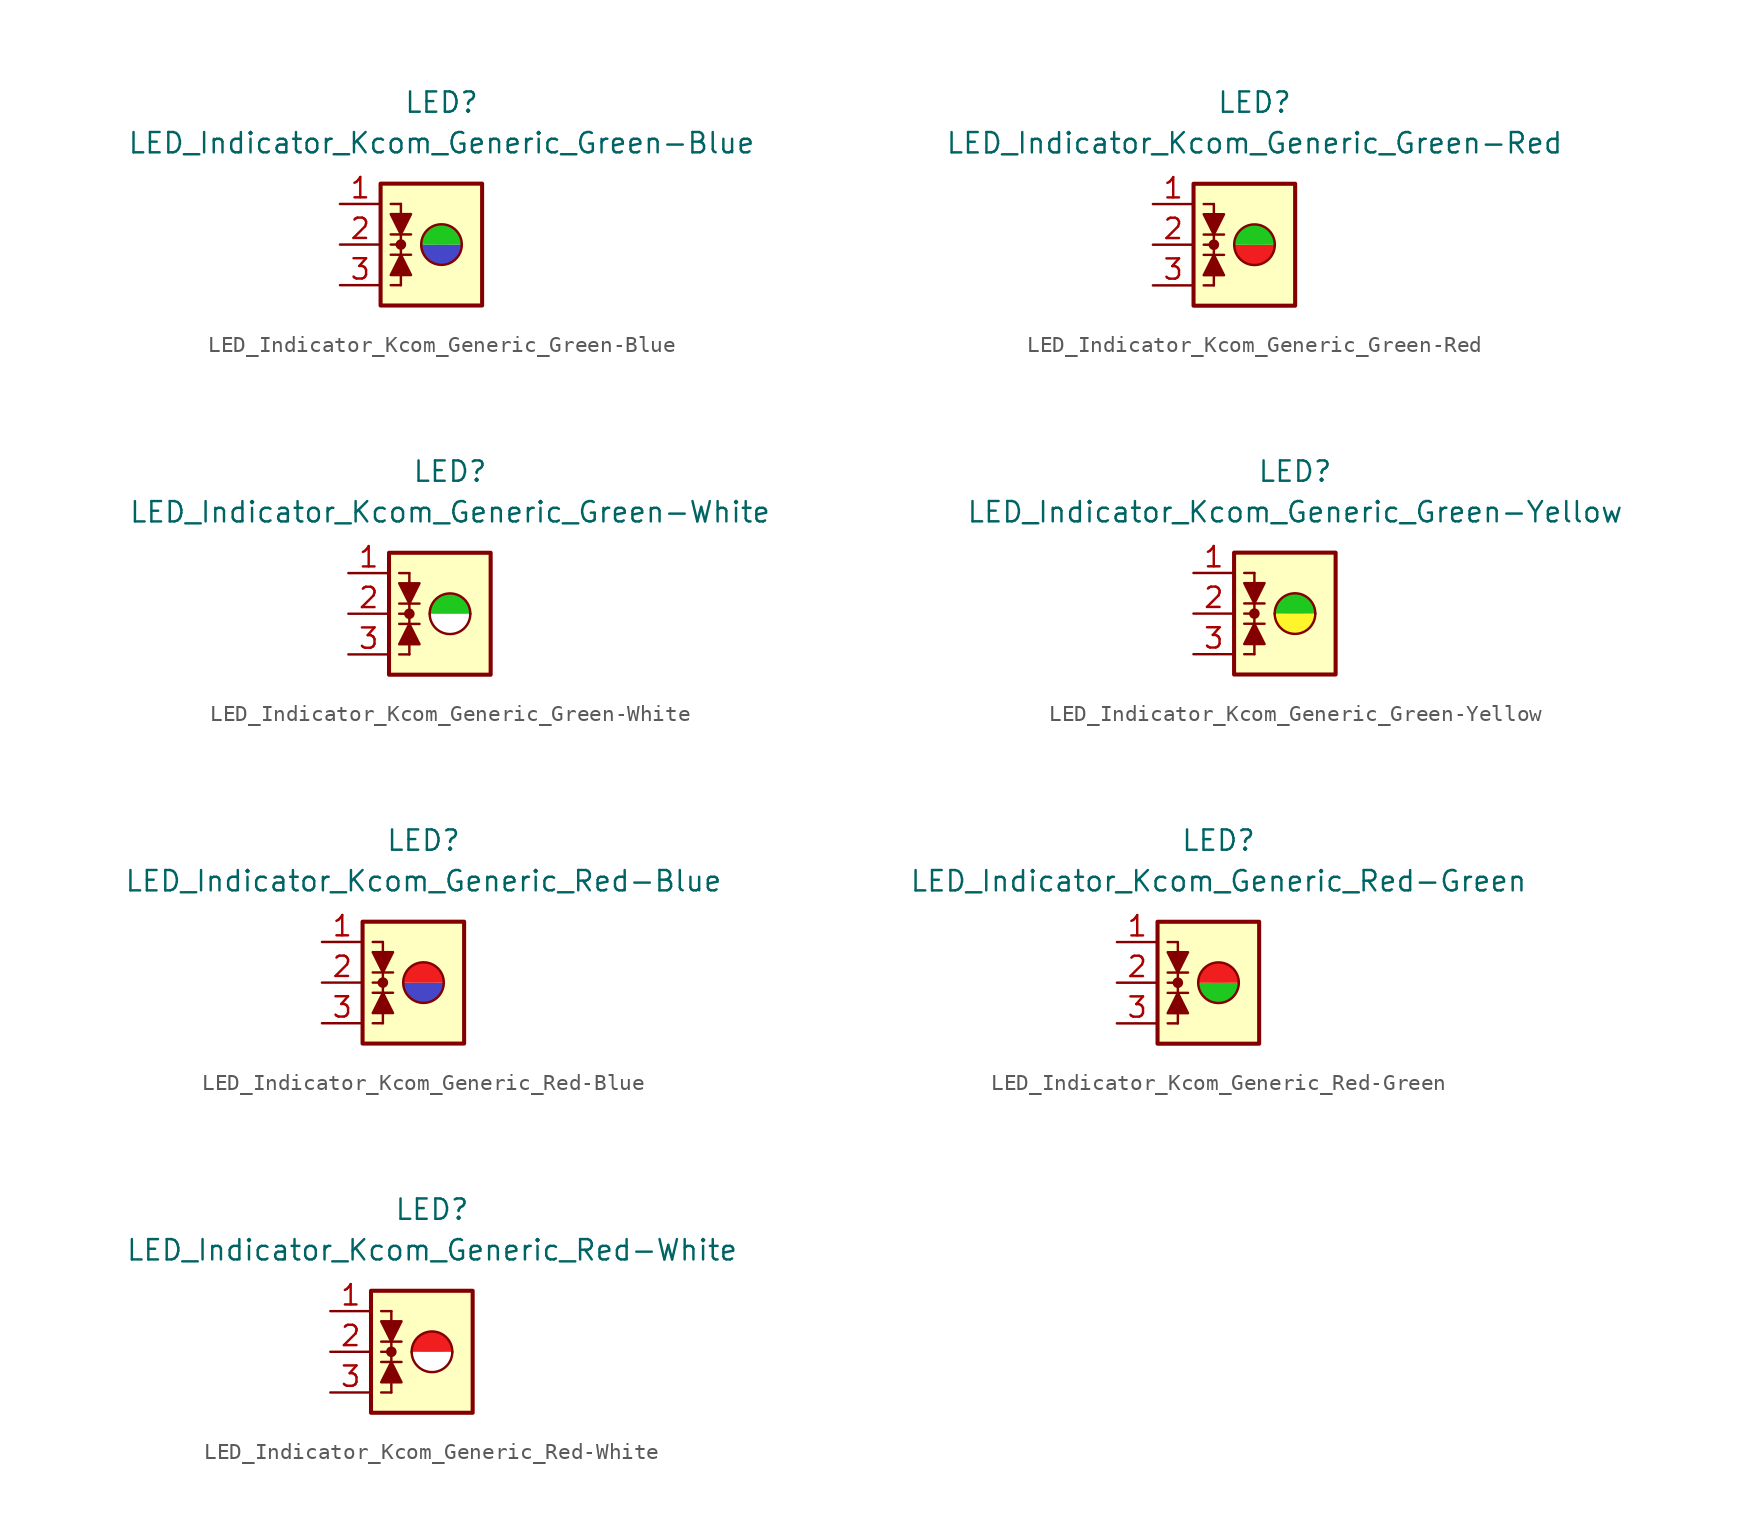
<source format=kicad_sym>
(kicad_symbol_lib
  (version 20231120)
  (generator "kicad_symbol_editor")
  (generator_version "8.0")
  (symbol "LED_Indicator_Kcom_Generic_Green-Blue"
    (pin_names
      (offset 1.016) hide)
    (property "Reference" "LED"
      (at 0 8.89 0)
      (effects (font (size 1.27 1.27))))
    (property "Value" "LED_Indicator_Kcom_Generic_Green-Blue"
      (at 0 6.35 0)
      (effects (font (size 1.27 1.27))))
    (symbol "LED_Indicator_Kcom_Generic_Green-Blue_0_1"
      (rectangle (start -3.81 3.81) (end 2.54 -3.81) (stroke (width 0.254) (type default)) (fill (type background)))
      (circle (center -2.54 0) (radius 0.254) (stroke (width 0) (type default)) (fill (type outline)))
      (arc (start -1.27 0) (mid 0 -1.2645) (end 1.27 0) (stroke (width 0) (type default)) (fill (type color) (color 70 70 200 1)))
      (polyline (pts (xy -3.175 0.635) (xy -1.905 0.635)) (stroke (width 0) (type default)) (fill (type none)))
      (polyline (pts (xy -2.54 -2.54) (xy -3.175 -2.54)) (stroke (width 0) (type default)) (fill (type none)))
      (polyline (pts (xy -2.54 -2.54) (xy -2.54 0)) (stroke (width 0) (type default)) (fill (type none)))
      (polyline (pts (xy -2.54 0) (xy -3.175 0)) (stroke (width 0) (type default)) (fill (type none)))
      (polyline (pts (xy -2.54 2.54) (xy -3.175 2.54)) (stroke (width 0) (type default)) (fill (type none)))
      (polyline (pts (xy -2.54 2.54) (xy -2.54 0)) (stroke (width 0) (type default)) (fill (type none)))
      (polyline (pts (xy -1.905 -0.635) (xy -3.175 -0.635)) (stroke (width 0) (type default)) (fill (type none)))
      (polyline (pts (xy -2.54 -0.635) (xy -1.905 -1.905) (xy -3.175 -1.905) (xy -2.54 -0.635)) (stroke (width 0) (type default)) (fill (type outline)))
      (polyline (pts (xy -2.54 0.635) (xy -3.175 1.905) (xy -1.905 1.905) (xy -2.54 0.635)) (stroke (width 0) (type default)) (fill (type outline)))
      (arc (start 1.27 0) (mid 0 1.2645) (end -1.27 0) (stroke (width 0) (type default)) (fill (type color) (color 30 200 30 1))))
    (symbol "LED_Indicator_Kcom_Generic_Green-Blue_1_1"
      (pin passive line (at -6.35 2.54 0) (length 2.54) (name "K1" (effects (font (size 1.27 1.27)))) (number "1" (effects (font (size 1.27 1.27)))))
      (pin passive line (at -6.35 0 0) (length 2.54) (name "A12" (effects (font (size 1.27 1.27)))) (number "2" (effects (font (size 1.27 1.27)))))
      (pin passive line (at -6.35 -2.54 0) (length 2.54) (name "K2" (effects (font (size 1.27 1.27)))) (number "3" (effects (font (size 1.27 1.27)))))))
  (symbol "LED_Indicator_Kcom_Generic_Green-Red"
    (pin_names
      (offset 1.016) hide)
    (property "Reference" "LED"
      (at 0 8.89 0)
      (effects (font (size 1.27 1.27))))
    (property "Value" "LED_Indicator_Kcom_Generic_Green-Red"
      (at 0 6.35 0)
      (effects (font (size 1.27 1.27))))
    (symbol "LED_Indicator_Kcom_Generic_Green-Red_0_1"
      (rectangle (start -3.81 3.81) (end 2.54 -3.81) (stroke (width 0.254) (type default)) (fill (type background)))
      (circle (center -2.54 0) (radius 0.254) (stroke (width 0) (type default)) (fill (type outline)))
      (arc (start -1.27 0) (mid 0 -1.2645) (end 1.27 0) (stroke (width 0) (type default)) (fill (type color) (color 240 30 30 1)))
      (polyline (pts (xy -3.175 0.635) (xy -1.905 0.635)) (stroke (width 0) (type default)) (fill (type none)))
      (polyline (pts (xy -2.54 -2.54) (xy -3.175 -2.54)) (stroke (width 0) (type default)) (fill (type none)))
      (polyline (pts (xy -2.54 -2.54) (xy -2.54 0)) (stroke (width 0) (type default)) (fill (type none)))
      (polyline (pts (xy -2.54 0) (xy -3.175 0)) (stroke (width 0) (type default)) (fill (type none)))
      (polyline (pts (xy -2.54 2.54) (xy -3.175 2.54)) (stroke (width 0) (type default)) (fill (type none)))
      (polyline (pts (xy -2.54 2.54) (xy -2.54 0)) (stroke (width 0) (type default)) (fill (type none)))
      (polyline (pts (xy -1.905 -0.635) (xy -3.175 -0.635)) (stroke (width 0) (type default)) (fill (type none)))
      (polyline (pts (xy -2.54 -0.635) (xy -1.905 -1.905) (xy -3.175 -1.905) (xy -2.54 -0.635)) (stroke (width 0) (type default)) (fill (type outline)))
      (polyline (pts (xy -2.54 0.635) (xy -3.175 1.905) (xy -1.905 1.905) (xy -2.54 0.635)) (stroke (width 0) (type default)) (fill (type outline)))
      (arc (start 1.27 0) (mid 0 1.2645) (end -1.27 0) (stroke (width 0) (type default)) (fill (type color) (color 30 200 30 1))))
    (symbol "LED_Indicator_Kcom_Generic_Green-Red_1_1"
      (pin passive line (at -6.35 2.54 0) (length 2.54) (name "K1" (effects (font (size 1.27 1.27)))) (number "1" (effects (font (size 1.27 1.27)))))
      (pin passive line (at -6.35 0 0) (length 2.54) (name "A12" (effects (font (size 1.27 1.27)))) (number "2" (effects (font (size 1.27 1.27)))))
      (pin passive line (at -6.35 -2.54 0) (length 2.54) (name "K2" (effects (font (size 1.27 1.27)))) (number "3" (effects (font (size 1.27 1.27)))))))
  (symbol "LED_Indicator_Kcom_Generic_Green-White"
    (pin_names
      (offset 1.016) hide)
    (property "Reference" "LED"
      (at 0 8.89 0)
      (effects (font (size 1.27 1.27))))
    (property "Value" "LED_Indicator_Kcom_Generic_Green-White"
      (at 0 6.35 0)
      (effects (font (size 1.27 1.27))))
    (symbol "LED_Indicator_Kcom_Generic_Green-White_0_1"
      (rectangle (start -3.81 3.81) (end 2.54 -3.81) (stroke (width 0.254) (type default)) (fill (type background)))
      (circle (center -2.54 0) (radius 0.254) (stroke (width 0) (type default)) (fill (type outline)))
      (arc (start -1.27 0) (mid 0 -1.2645) (end 1.27 0) (stroke (width 0) (type default)) (fill (type color) (color 255 255 255 1)))
      (polyline (pts (xy -3.175 0.635) (xy -1.905 0.635)) (stroke (width 0) (type default)) (fill (type none)))
      (polyline (pts (xy -2.54 -2.54) (xy -3.175 -2.54)) (stroke (width 0) (type default)) (fill (type none)))
      (polyline (pts (xy -2.54 -2.54) (xy -2.54 0)) (stroke (width 0) (type default)) (fill (type none)))
      (polyline (pts (xy -2.54 0) (xy -3.175 0)) (stroke (width 0) (type default)) (fill (type none)))
      (polyline (pts (xy -2.54 2.54) (xy -3.175 2.54)) (stroke (width 0) (type default)) (fill (type none)))
      (polyline (pts (xy -2.54 2.54) (xy -2.54 0)) (stroke (width 0) (type default)) (fill (type none)))
      (polyline (pts (xy -1.905 -0.635) (xy -3.175 -0.635)) (stroke (width 0) (type default)) (fill (type none)))
      (polyline (pts (xy -2.54 -0.635) (xy -1.905 -1.905) (xy -3.175 -1.905) (xy -2.54 -0.635)) (stroke (width 0) (type default)) (fill (type outline)))
      (polyline (pts (xy -2.54 0.635) (xy -3.175 1.905) (xy -1.905 1.905) (xy -2.54 0.635)) (stroke (width 0) (type default)) (fill (type outline)))
      (arc (start 1.27 0) (mid 0 1.2645) (end -1.27 0) (stroke (width 0) (type default)) (fill (type color) (color 30 200 30 1))))
    (symbol "LED_Indicator_Kcom_Generic_Green-White_1_1"
      (pin passive line (at -6.35 2.54 0) (length 2.54) (name "K1" (effects (font (size 1.27 1.27)))) (number "1" (effects (font (size 1.27 1.27)))))
      (pin passive line (at -6.35 0 0) (length 2.54) (name "A12" (effects (font (size 1.27 1.27)))) (number "2" (effects (font (size 1.27 1.27)))))
      (pin passive line (at -6.35 -2.54 0) (length 2.54) (name "K2" (effects (font (size 1.27 1.27)))) (number "3" (effects (font (size 1.27 1.27)))))))
  (symbol "LED_Indicator_Kcom_Generic_Green-Yellow"
    (pin_names
      (offset 1.016) hide)
    (property "Reference" "LED"
      (at 0 8.89 0)
      (effects (font (size 1.27 1.27))))
    (property "Value" "LED_Indicator_Kcom_Generic_Green-Yellow"
      (at 0 6.35 0)
      (effects (font (size 1.27 1.27))))
    (symbol "LED_Indicator_Kcom_Generic_Green-Yellow_0_1"
      (rectangle (start -3.81 3.81) (end 2.54 -3.81) (stroke (width 0.254) (type default)) (fill (type background)))
      (circle (center -2.54 0) (radius 0.254) (stroke (width 0) (type default)) (fill (type outline)))
      (arc (start -1.27 0) (mid 0 -1.2645) (end 1.27 0) (stroke (width 0) (type default)) (fill (type color) (color 255 245 45 1)))
      (polyline (pts (xy -3.175 0.635) (xy -1.905 0.635)) (stroke (width 0) (type default)) (fill (type none)))
      (polyline (pts (xy -2.54 -2.54) (xy -3.175 -2.54)) (stroke (width 0) (type default)) (fill (type none)))
      (polyline (pts (xy -2.54 -2.54) (xy -2.54 0)) (stroke (width 0) (type default)) (fill (type none)))
      (polyline (pts (xy -2.54 0) (xy -3.175 0)) (stroke (width 0) (type default)) (fill (type none)))
      (polyline (pts (xy -2.54 2.54) (xy -3.175 2.54)) (stroke (width 0) (type default)) (fill (type none)))
      (polyline (pts (xy -2.54 2.54) (xy -2.54 0)) (stroke (width 0) (type default)) (fill (type none)))
      (polyline (pts (xy -1.905 -0.635) (xy -3.175 -0.635)) (stroke (width 0) (type default)) (fill (type none)))
      (polyline (pts (xy -2.54 -0.635) (xy -1.905 -1.905) (xy -3.175 -1.905) (xy -2.54 -0.635)) (stroke (width 0) (type default)) (fill (type outline)))
      (polyline (pts (xy -2.54 0.635) (xy -3.175 1.905) (xy -1.905 1.905) (xy -2.54 0.635)) (stroke (width 0) (type default)) (fill (type outline)))
      (arc (start 1.27 0) (mid 0 1.2645) (end -1.27 0) (stroke (width 0) (type default)) (fill (type color) (color 30 200 30 1))))
    (symbol "LED_Indicator_Kcom_Generic_Green-Yellow_1_1"
      (pin passive line (at -6.35 2.54 0) (length 2.54) (name "K1" (effects (font (size 1.27 1.27)))) (number "1" (effects (font (size 1.27 1.27)))))
      (pin passive line (at -6.35 0 0) (length 2.54) (name "A12" (effects (font (size 1.27 1.27)))) (number "2" (effects (font (size 1.27 1.27)))))
      (pin passive line (at -6.35 -2.54 0) (length 2.54) (name "K2" (effects (font (size 1.27 1.27)))) (number "3" (effects (font (size 1.27 1.27)))))))
  (symbol "LED_Indicator_Kcom_Generic_Red-Blue"
    (pin_names
      (offset 1.016) hide)
    (property "Reference" "LED"
      (at 0 8.89 0)
      (effects (font (size 1.27 1.27))))
    (property "Value" "LED_Indicator_Kcom_Generic_Red-Blue"
      (at 0 6.35 0)
      (effects (font (size 1.27 1.27))))
    (symbol "LED_Indicator_Kcom_Generic_Red-Blue_0_1"
      (rectangle (start -3.81 3.81) (end 2.54 -3.81) (stroke (width 0.254) (type default)) (fill (type background)))
      (circle (center -2.54 0) (radius 0.254) (stroke (width 0) (type default)) (fill (type outline)))
      (arc (start -1.27 0) (mid 0 -1.2645) (end 1.27 0) (stroke (width 0) (type default)) (fill (type color) (color 70 70 200 1)))
      (polyline (pts (xy -3.175 0.635) (xy -1.905 0.635)) (stroke (width 0) (type default)) (fill (type none)))
      (polyline (pts (xy -2.54 -2.54) (xy -3.175 -2.54)) (stroke (width 0) (type default)) (fill (type none)))
      (polyline (pts (xy -2.54 -2.54) (xy -2.54 0)) (stroke (width 0) (type default)) (fill (type none)))
      (polyline (pts (xy -2.54 0) (xy -3.175 0)) (stroke (width 0) (type default)) (fill (type none)))
      (polyline (pts (xy -2.54 2.54) (xy -3.175 2.54)) (stroke (width 0) (type default)) (fill (type none)))
      (polyline (pts (xy -2.54 2.54) (xy -2.54 0)) (stroke (width 0) (type default)) (fill (type none)))
      (polyline (pts (xy -1.905 -0.635) (xy -3.175 -0.635)) (stroke (width 0) (type default)) (fill (type none)))
      (polyline (pts (xy -2.54 -0.635) (xy -1.905 -1.905) (xy -3.175 -1.905) (xy -2.54 -0.635)) (stroke (width 0) (type default)) (fill (type outline)))
      (polyline (pts (xy -2.54 0.635) (xy -3.175 1.905) (xy -1.905 1.905) (xy -2.54 0.635)) (stroke (width 0) (type default)) (fill (type outline)))
      (arc (start 1.27 0) (mid 0 1.2645) (end -1.27 0) (stroke (width 0) (type default)) (fill (type color) (color 240 30 30 1))))
    (symbol "LED_Indicator_Kcom_Generic_Red-Blue_1_1"
      (pin passive line (at -6.35 2.54 0) (length 2.54) (name "K1" (effects (font (size 1.27 1.27)))) (number "1" (effects (font (size 1.27 1.27)))))
      (pin passive line (at -6.35 0 0) (length 2.54) (name "A12" (effects (font (size 1.27 1.27)))) (number "2" (effects (font (size 1.27 1.27)))))
      (pin passive line (at -6.35 -2.54 0) (length 2.54) (name "K2" (effects (font (size 1.27 1.27)))) (number "3" (effects (font (size 1.27 1.27)))))))
  (symbol "LED_Indicator_Kcom_Generic_Red-Green"
    (pin_names
      (offset 1.016) hide)
    (property "Reference" "LED"
      (at 0 8.89 0)
      (effects (font (size 1.27 1.27))))
    (property "Value" "LED_Indicator_Kcom_Generic_Red-Green"
      (at 0 6.35 0)
      (effects (font (size 1.27 1.27))))
    (symbol "LED_Indicator_Kcom_Generic_Red-Green_0_1"
      (rectangle (start -3.81 3.81) (end 2.54 -3.81) (stroke (width 0.254) (type default)) (fill (type background)))
      (circle (center -2.54 0) (radius 0.254) (stroke (width 0) (type default)) (fill (type outline)))
      (arc (start -1.27 0) (mid 0 -1.2645) (end 1.27 0) (stroke (width 0) (type default)) (fill (type color) (color 30 200 30 1)))
      (polyline (pts (xy -3.175 0.635) (xy -1.905 0.635)) (stroke (width 0) (type default)) (fill (type none)))
      (polyline (pts (xy -2.54 -2.54) (xy -3.175 -2.54)) (stroke (width 0) (type default)) (fill (type none)))
      (polyline (pts (xy -2.54 -2.54) (xy -2.54 0)) (stroke (width 0) (type default)) (fill (type none)))
      (polyline (pts (xy -2.54 0) (xy -3.175 0)) (stroke (width 0) (type default)) (fill (type none)))
      (polyline (pts (xy -2.54 2.54) (xy -3.175 2.54)) (stroke (width 0) (type default)) (fill (type none)))
      (polyline (pts (xy -2.54 2.54) (xy -2.54 0)) (stroke (width 0) (type default)) (fill (type none)))
      (polyline (pts (xy -1.905 -0.635) (xy -3.175 -0.635)) (stroke (width 0) (type default)) (fill (type none)))
      (polyline (pts (xy -2.54 -0.635) (xy -1.905 -1.905) (xy -3.175 -1.905) (xy -2.54 -0.635)) (stroke (width 0) (type default)) (fill (type outline)))
      (polyline (pts (xy -2.54 0.635) (xy -3.175 1.905) (xy -1.905 1.905) (xy -2.54 0.635)) (stroke (width 0) (type default)) (fill (type outline)))
      (arc (start 1.27 0) (mid 0 1.2645) (end -1.27 0) (stroke (width 0) (type default)) (fill (type color) (color 240 30 30 1))))
    (symbol "LED_Indicator_Kcom_Generic_Red-Green_1_1"
      (pin passive line (at -6.35 2.54 0) (length 2.54) (name "K1" (effects (font (size 1.27 1.27)))) (number "1" (effects (font (size 1.27 1.27)))))
      (pin passive line (at -6.35 0 0) (length 2.54) (name "A12" (effects (font (size 1.27 1.27)))) (number "2" (effects (font (size 1.27 1.27)))))
      (pin passive line (at -6.35 -2.54 0) (length 2.54) (name "K2" (effects (font (size 1.27 1.27)))) (number "3" (effects (font (size 1.27 1.27)))))))
  (symbol "LED_Indicator_Kcom_Generic_Red-White"
    (pin_names
      (offset 1.016) hide)
    (property "Reference" "LED"
      (at 0 8.89 0)
      (effects (font (size 1.27 1.27))))
    (property "Value" "LED_Indicator_Kcom_Generic_Red-White"
      (at 0 6.35 0)
      (effects (font (size 1.27 1.27))))
    (symbol "LED_Indicator_Kcom_Generic_Red-White_0_1"
      (rectangle (start -3.81 3.81) (end 2.54 -3.81) (stroke (width 0.254) (type default)) (fill (type background)))
      (circle (center -2.54 0) (radius 0.254) (stroke (width 0) (type default)) (fill (type outline)))
      (arc (start -1.27 0) (mid 0 -1.2645) (end 1.27 0) (stroke (width 0) (type default)) (fill (type color) (color 255 255 255 1)))
      (polyline (pts (xy -3.175 0.635) (xy -1.905 0.635)) (stroke (width 0) (type default)) (fill (type none)))
      (polyline (pts (xy -2.54 -2.54) (xy -3.175 -2.54)) (stroke (width 0) (type default)) (fill (type none)))
      (polyline (pts (xy -2.54 -2.54) (xy -2.54 0)) (stroke (width 0) (type default)) (fill (type none)))
      (polyline (pts (xy -2.54 0) (xy -3.175 0)) (stroke (width 0) (type default)) (fill (type none)))
      (polyline (pts (xy -2.54 2.54) (xy -3.175 2.54)) (stroke (width 0) (type default)) (fill (type none)))
      (polyline (pts (xy -2.54 2.54) (xy -2.54 0)) (stroke (width 0) (type default)) (fill (type none)))
      (polyline (pts (xy -1.905 -0.635) (xy -3.175 -0.635)) (stroke (width 0) (type default)) (fill (type none)))
      (polyline (pts (xy -2.54 -0.635) (xy -1.905 -1.905) (xy -3.175 -1.905) (xy -2.54 -0.635)) (stroke (width 0) (type default)) (fill (type outline)))
      (polyline (pts (xy -2.54 0.635) (xy -3.175 1.905) (xy -1.905 1.905) (xy -2.54 0.635)) (stroke (width 0) (type default)) (fill (type outline)))
      (arc (start 1.27 0) (mid 0 1.2645) (end -1.27 0) (stroke (width 0) (type default)) (fill (type color) (color 240 30 30 1))))
    (symbol "LED_Indicator_Kcom_Generic_Red-White_1_1"
      (pin passive line (at -6.35 2.54 0) (length 2.54) (name "K1" (effects (font (size 1.27 1.27)))) (number "1" (effects (font (size 1.27 1.27)))))
      (pin passive line (at -6.35 0 0) (length 2.54) (name "A12" (effects (font (size 1.27 1.27)))) (number "2" (effects (font (size 1.27 1.27)))))
      (pin passive line (at -6.35 -2.54 0) (length 2.54) (name "K2" (effects (font (size 1.27 1.27)))) (number "3" (effects (font (size 1.27 1.27))))))))
</source>
